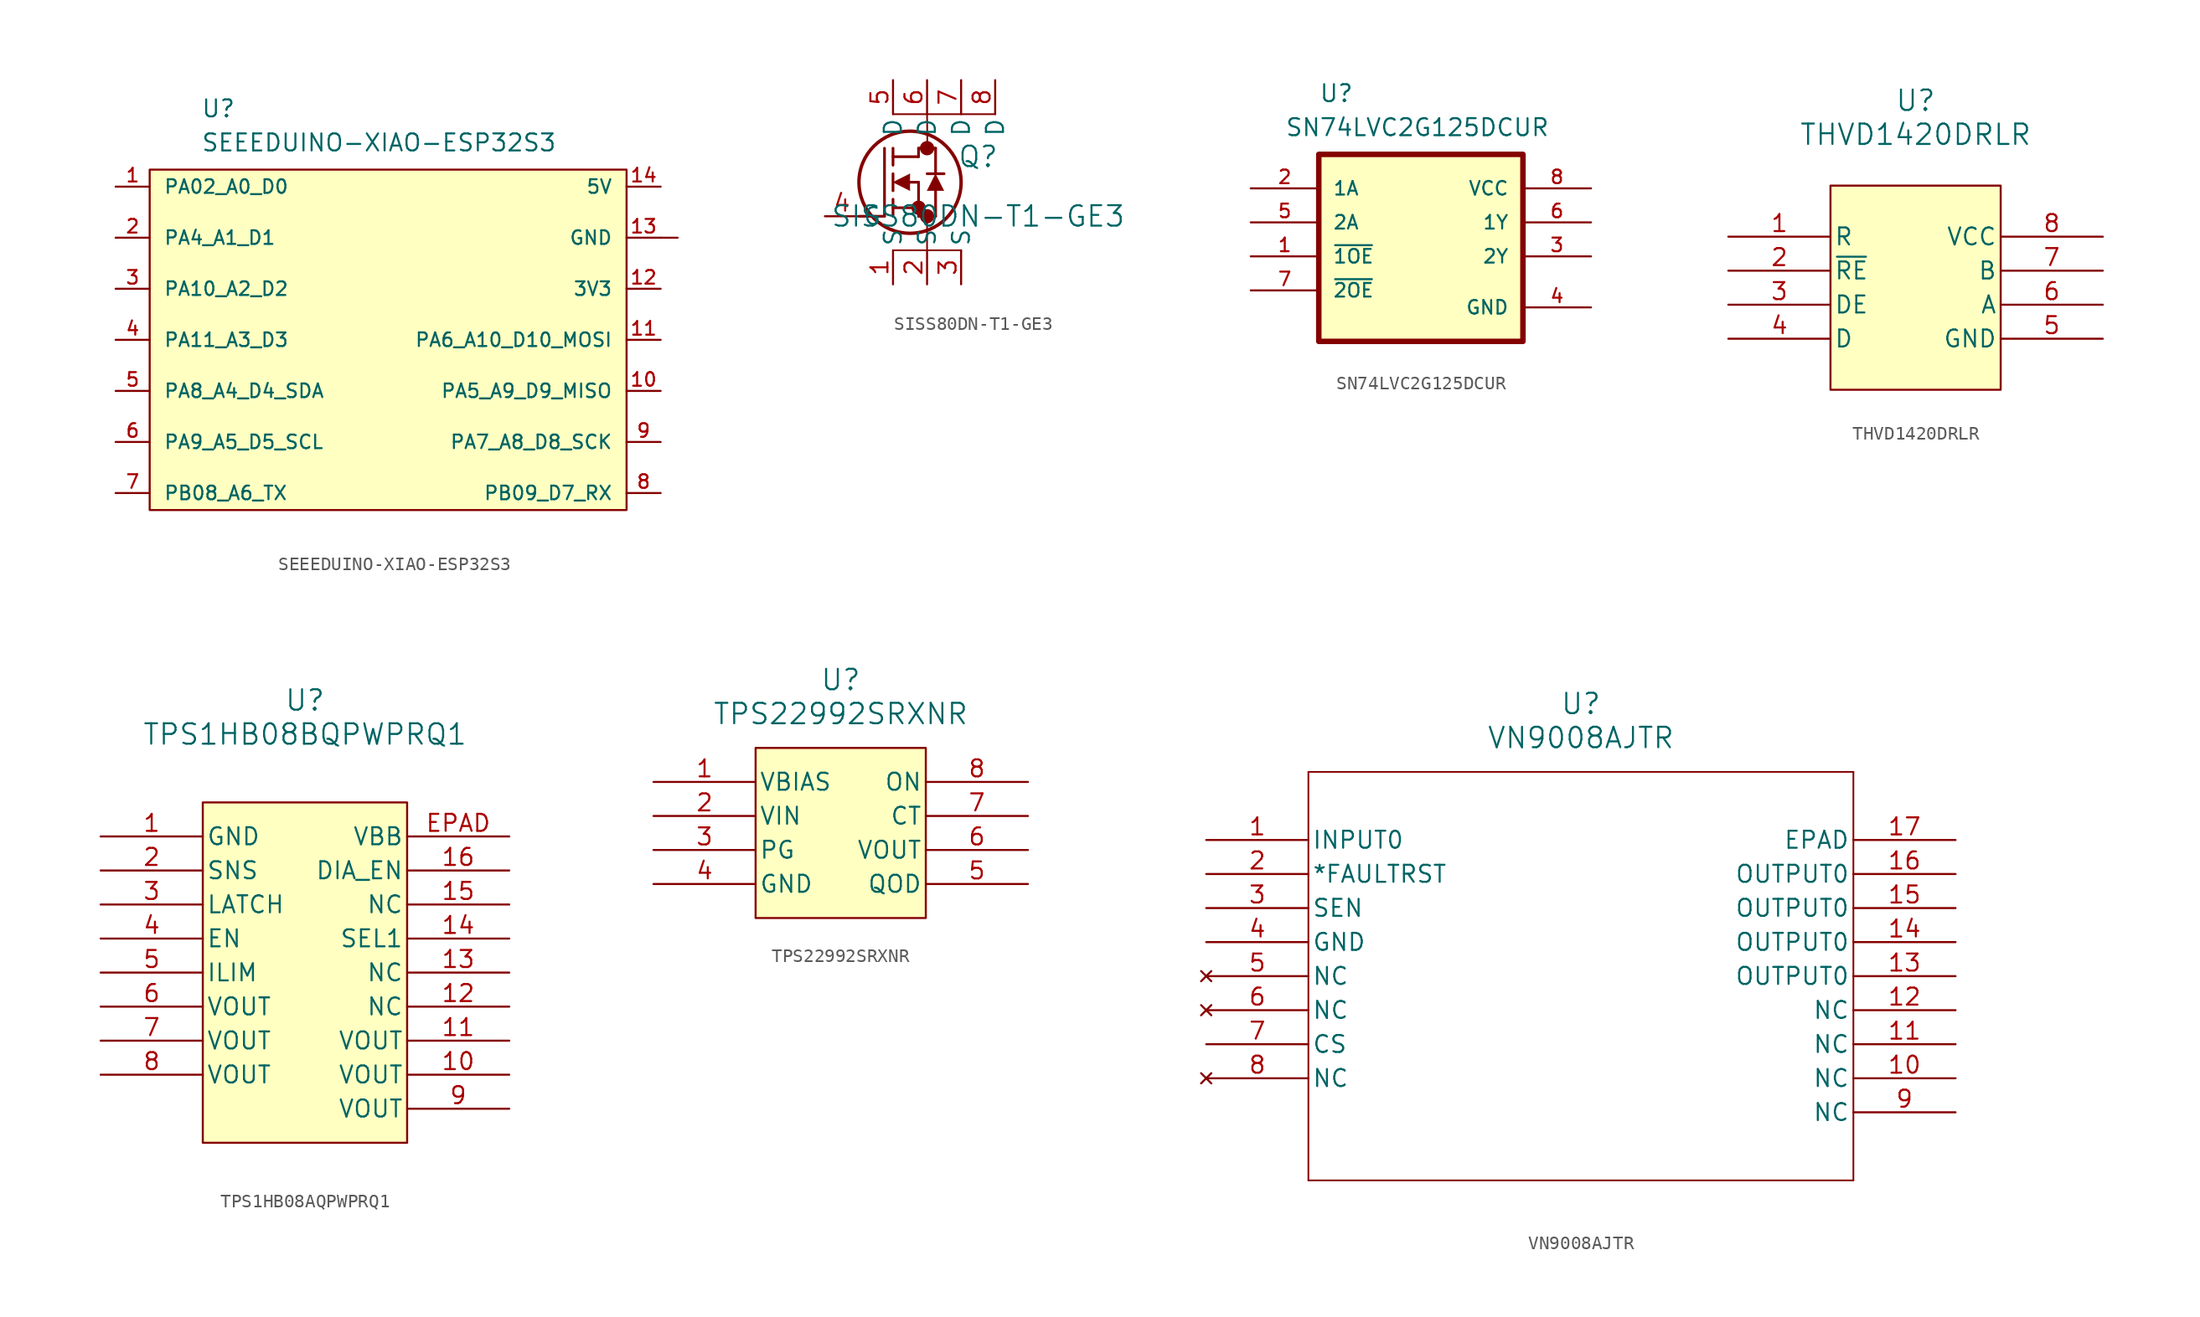
<source format=kicad_sym>
(kicad_symbol_lib
  (version 20220914)
  (generator kicad_symbol_editor)
  (symbol "SEEEDUINO-XIAO-ESP32S3"
    (pin_names
      (offset 1.016))
    (property "Reference" "U"
      (at -13.97 16.51 0)
      (effects (font (size 1.27 1.27)) (justify left bottom)))
    (property "Value" "SEEEDUINO-XIAO-ESP32S3"
      (at -13.97 13.97 0)
      (effects (font (size 1.27 1.27)) (justify left bottom)))
    (symbol "SEEEDUINO-XIAO-ESP32S3_0_0"
      (polyline (pts (xy 21.59 7.62) (xy 20.32 7.62)) (stroke (width 0.152) (type default)) (fill (type none)))
      (pin bidirectional line (at -20.32 11.43 0) (length 2.54) (name "PA02_A0_D0" (effects (font (size 1.016 1.016)))) (number "1" (effects (font (size 1.016 1.016)))))
      (pin bidirectional line (at 20.32 -3.81 180) (length 2.54) (name "PA5_A9_D9_MISO" (effects (font (size 1.016 1.016)))) (number "10" (effects (font (size 1.016 1.016)))))
      (pin bidirectional line (at 20.32 0 180) (length 2.54) (name "PA6_A10_D10_MOSI" (effects (font (size 1.016 1.016)))) (number "11" (effects (font (size 1.016 1.016)))))
      (pin bidirectional line (at 20.32 3.81 180) (length 2.54) (name "3V3" (effects (font (size 1.016 1.016)))) (number "12" (effects (font (size 1.016 1.016)))))
      (pin bidirectional line (at 20.32 7.62 180) (length 2.54) (name "GND" (effects (font (size 1.016 1.016)))) (number "13" (effects (font (size 1.016 1.016)))))
      (pin bidirectional line (at 20.32 11.43 180) (length 2.54) (name "5V" (effects (font (size 1.016 1.016)))) (number "14" (effects (font (size 1.016 1.016)))))
      (pin bidirectional line (at -20.32 7.62 0) (length 2.54) (name "PA4_A1_D1" (effects (font (size 1.016 1.016)))) (number "2" (effects (font (size 1.016 1.016)))))
      (pin bidirectional line (at -20.32 3.81 0) (length 2.54) (name "PA10_A2_D2" (effects (font (size 1.016 1.016)))) (number "3" (effects (font (size 1.016 1.016)))))
      (pin bidirectional line (at -20.32 0 0) (length 2.54) (name "PA11_A3_D3" (effects (font (size 1.016 1.016)))) (number "4" (effects (font (size 1.016 1.016)))))
      (pin bidirectional line (at -20.32 -3.81 0) (length 2.54) (name "PA8_A4_D4_SDA" (effects (font (size 1.016 1.016)))) (number "5" (effects (font (size 1.016 1.016)))))
      (pin bidirectional line (at -20.32 -7.62 0) (length 2.54) (name "PA9_A5_D5_SCL" (effects (font (size 1.016 1.016)))) (number "6" (effects (font (size 1.016 1.016)))))
      (pin bidirectional line (at -20.32 -11.43 0) (length 2.54) (name "PB08_A6_TX" (effects (font (size 1.016 1.016)))) (number "7" (effects (font (size 1.016 1.016)))))
      (pin bidirectional line (at 20.32 -11.43 180) (length 2.54) (name "PB09_D7_RX" (effects (font (size 1.016 1.016)))) (number "8" (effects (font (size 1.016 1.016)))))
      (pin bidirectional line (at 20.32 -7.62 180) (length 2.54) (name "PA7_A8_D8_SCK" (effects (font (size 1.016 1.016)))) (number "9" (effects (font (size 1.016 1.016))))))
    (symbol "SEEEDUINO-XIAO-ESP32S3_1_1"
      (rectangle (start -17.78 12.7) (end 17.78 -12.7) (stroke (width 0) (type default)) (fill (type background)))))
  (symbol "SISS80DN-T1-GE3"
    (pin_names
      (offset 0.254))
    (property "Reference" "Q"
      (at 11.43 4.445 0)
      (effects (font (size 1.524 1.524))))
    (property "Value" "SISS80DN-T1-GE3"
      (at 11.43 0 0)
      (effects (font (size 1.524 1.524))))
    (symbol "SISS80DN-T1-GE3_0_1"
      (polyline (pts (xy 2.54 0) (xy 4.445 0)) (stroke (width 0.203) (type default)) (fill (type none)))
      (polyline (pts (xy 4.445 0) (xy 4.445 5.08)) (stroke (width 0.203) (type default)) (fill (type none)))
      (polyline (pts (xy 5.08 -2.54) (xy 10.16 -2.54)) (stroke (width 0.127) (type default)) (fill (type none)))
      (polyline (pts (xy 5.08 0) (xy 5.08 1.27)) (stroke (width 0.203) (type default)) (fill (type none)))
      (polyline (pts (xy 5.08 0.635) (xy 6.985 0.635)) (stroke (width 0.203) (type default)) (fill (type none)))
      (polyline (pts (xy 5.08 1.905) (xy 5.08 3.175)) (stroke (width 0.203) (type default)) (fill (type none)))
      (polyline (pts (xy 5.08 3.81) (xy 5.08 5.08)) (stroke (width 0.203) (type default)) (fill (type none)))
      (polyline (pts (xy 5.08 4.445) (xy 6.985 4.445)) (stroke (width 0.203) (type default)) (fill (type none)))
      (polyline (pts (xy 5.08 7.62) (xy 12.7 7.62)) (stroke (width 0.127) (type default)) (fill (type none)))
      (polyline (pts (xy 6.35 2.54) (xy 6.985 2.54)) (stroke (width 0.203) (type default)) (fill (type none)))
      (polyline (pts (xy 6.985 0) (xy 6.985 2.54)) (stroke (width 0.203) (type default)) (fill (type none)))
      (polyline (pts (xy 6.985 0) (xy 8.255 0)) (stroke (width 0.203) (type default)) (fill (type none)))
      (polyline (pts (xy 6.985 4.445) (xy 6.985 5.08)) (stroke (width 0.203) (type default)) (fill (type none)))
      (polyline (pts (xy 6.985 5.08) (xy 8.255 5.08)) (stroke (width 0.203) (type default)) (fill (type none)))
      (polyline (pts (xy 7.62 -2.54) (xy 7.62 0)) (stroke (width 0.127) (type default)) (fill (type none)))
      (polyline (pts (xy 7.62 7.62) (xy 7.645 5.08)) (stroke (width 0.127) (type default)) (fill (type none)))
      (polyline (pts (xy 8.255 0) (xy 8.255 1.905)) (stroke (width 0.203) (type default)) (fill (type none)))
      (polyline (pts (xy 8.255 3.175) (xy 8.255 5.08)) (stroke (width 0.203) (type default)) (fill (type none)))
      (polyline (pts (xy 8.89 3.175) (xy 7.62 3.175)) (stroke (width 0.203) (type default)) (fill (type none)))
      (polyline (pts (xy 6.35 3.175) (xy 5.08 2.54) (xy 6.35 1.905)) (stroke (width 0.025) (type default)) (fill (type outline)))
      (polyline (pts (xy 8.89 1.905) (xy 7.62 1.905) (xy 8.255 3.175)) (stroke (width 0.025) (type default)) (fill (type outline)))
      (circle (center 6.35 2.54) (radius 3.81) (stroke (width 0.254) (type default)) (fill (type none)))
      (circle (center 6.985 0.635) (radius 0.025) (stroke (width 0.508) (type default)) (fill (type none)))
      (circle (center 7.62 0) (radius 0.025) (stroke (width 0.508) (type default)) (fill (type none)))
      (circle (center 7.62 5.08) (radius 0.025) (stroke (width 0.508) (type default)) (fill (type none)))
      (pin unspecified line (at 5.08 -5.08 90) (length 2.54) (name "S" (effects (font (size 1.27 1.27)))) (number "1" (effects (font (size 1.27 1.27)))))
      (pin unspecified line (at 7.62 -5.08 90) (length 2.54) (name "S" (effects (font (size 1.27 1.27)))) (number "2" (effects (font (size 1.27 1.27)))))
      (pin unspecified line (at 10.16 -5.08 90) (length 2.54) (name "S" (effects (font (size 1.27 1.27)))) (number "3" (effects (font (size 1.27 1.27)))))
      (pin unspecified line (at 0 0 0) (length 2.54) (name "G" (effects (font (size 1.27 1.27)))) (number "4" (effects (font (size 1.27 1.27)))))
      (pin unspecified line (at 5.08 10.16 270) (length 2.54) (name "D" (effects (font (size 1.27 1.27)))) (number "5" (effects (font (size 1.27 1.27)))))
      (pin unspecified line (at 7.62 10.16 270) (length 2.54) (name "D" (effects (font (size 1.27 1.27)))) (number "6" (effects (font (size 1.27 1.27)))))
      (pin unspecified line (at 10.16 10.16 270) (length 2.54) (name "D" (effects (font (size 1.27 1.27)))) (number "7" (effects (font (size 1.27 1.27)))))
      (pin unspecified line (at 12.7 10.16 270) (length 2.54) (name "D" (effects (font (size 1.27 1.27)))) (number "8" (effects (font (size 1.27 1.27)))))))
  (symbol "SN74LVC2G125DCUR"
    (pin_names
      (offset 1.016))
    (property "Reference" "U"
      (at -7.62 11.43 0)
      (effects (font (size 1.27 1.27)) (justify left bottom)))
    (property "Value" "SN74LVC2G125DCUR"
      (at -10.16 8.89 0)
      (effects (font (size 1.27 1.27)) (justify left bottom)))
    (symbol "SN74LVC2G125DCUR_0_0"
      (rectangle (start -7.62 7.62) (end 7.62 -6.35) (stroke (width 0.41) (type default)) (fill (type background)))
      (pin input line (at -12.7 0 0) (length 5.08) (name "~{1OE}" (effects (font (size 1.016 1.016)))) (number "1" (effects (font (size 1.016 1.016)))))
      (pin input line (at -12.7 5.08 0) (length 5.08) (name "1A" (effects (font (size 1.016 1.016)))) (number "2" (effects (font (size 1.016 1.016)))))
      (pin output line (at 12.7 0 180) (length 5.08) (name "2Y" (effects (font (size 1.016 1.016)))) (number "3" (effects (font (size 1.016 1.016)))))
      (pin power_in line (at 12.7 -3.81 180) (length 5.08) (name "GND" (effects (font (size 1.016 1.016)))) (number "4" (effects (font (size 1.016 1.016)))))
      (pin input line (at -12.7 2.54 0) (length 5.08) (name "2A" (effects (font (size 1.016 1.016)))) (number "5" (effects (font (size 1.016 1.016)))))
      (pin output line (at 12.7 2.54 180) (length 5.08) (name "1Y" (effects (font (size 1.016 1.016)))) (number "6" (effects (font (size 1.016 1.016)))))
      (pin input line (at -12.7 -2.54 0) (length 5.08) (name "~{2OE}" (effects (font (size 1.016 1.016)))) (number "7" (effects (font (size 1.016 1.016)))))
      (pin power_in line (at 12.7 5.08 180) (length 5.08) (name "VCC" (effects (font (size 1.016 1.016)))) (number "8" (effects (font (size 1.016 1.016)))))))
  (symbol "THVD1420DRLR"
    (pin_names
      (offset 0.254))
    (property "Reference" "U"
      (at 0 13.97 0)
      (effects (font (size 1.524 1.524))))
    (property "Value" "THVD1420DRLR"
      (at 0 11.43 0)
      (effects (font (size 1.524 1.524))))
    (symbol "THVD1420DRLR_0_1"
      (pin output line (at -13.97 3.81 0) (length 7.62) (name "R" (effects (font (size 1.27 1.27)))) (number "1" (effects (font (size 1.27 1.27)))))
      (pin input line (at -13.97 -1.27 0) (length 7.62) (name "DE" (effects (font (size 1.27 1.27)))) (number "3" (effects (font (size 1.27 1.27)))))
      (pin input line (at -13.97 -3.81 0) (length 7.62) (name "D" (effects (font (size 1.27 1.27)))) (number "4" (effects (font (size 1.27 1.27)))))
      (pin power_out line (at 13.97 -3.81 180) (length 7.62) (name "GND" (effects (font (size 1.27 1.27)))) (number "5" (effects (font (size 1.27 1.27)))))
      (pin bidirectional line (at 13.97 -1.27 180) (length 7.62) (name "A" (effects (font (size 1.27 1.27)))) (number "6" (effects (font (size 1.27 1.27)))))
      (pin bidirectional line (at 13.97 1.27 180) (length 7.62) (name "B" (effects (font (size 1.27 1.27)))) (number "7" (effects (font (size 1.27 1.27)))))
      (pin power_in line (at 13.97 3.81 180) (length 7.62) (name "VCC" (effects (font (size 1.27 1.27)))) (number "8" (effects (font (size 1.27 1.27))))))
    (symbol "THVD1420DRLR_1_1"
      (rectangle (start -6.35 7.62) (end 6.35 -7.62) (stroke (width 0) (type default)) (fill (type background)))
      (pin input line (at -13.97 1.27 0) (length 7.62) (name "~{RE}" (effects (font (size 1.27 1.27)))) (number "2" (effects (font (size 1.27 1.27)))))))
  (symbol "TPS1HB08AQPWPRQ1"
    (pin_names
      (offset 0.254))
    (property "Reference" "U"
      (at 0 20.32 0)
      (effects (font (size 1.524 1.524))))
    (property "Value" "TPS1HB08BQPWPRQ1"
      (at 0 17.78 0)
      (effects (font (size 1.524 1.524))))
    (symbol "TPS1HB08AQPWPRQ1_1_1"
      (rectangle (start -7.62 12.7) (end 7.62 -12.7) (stroke (width 0) (type default)) (fill (type background)))
      (pin unspecified line (at -15.24 10.16 0) (length 7.62) (name "GND" (effects (font (size 1.27 1.27)))) (number "1" (effects (font (size 1.27 1.27)))))
      (pin unspecified line (at 15.24 -7.62 180) (length 7.62) (name "VOUT" (effects (font (size 1.27 1.27)))) (number "10" (effects (font (size 1.27 1.27)))))
      (pin unspecified line (at 15.24 -5.08 180) (length 7.62) (name "VOUT" (effects (font (size 1.27 1.27)))) (number "11" (effects (font (size 1.27 1.27)))))
      (pin unspecified line (at 15.24 -2.54 180) (length 7.62) (name "NC" (effects (font (size 1.27 1.27)))) (number "12" (effects (font (size 1.27 1.27)))))
      (pin unspecified line (at 15.24 0 180) (length 7.62) (name "NC" (effects (font (size 1.27 1.27)))) (number "13" (effects (font (size 1.27 1.27)))))
      (pin unspecified line (at 15.24 2.54 180) (length 7.62) (name "SEL1" (effects (font (size 1.27 1.27)))) (number "14" (effects (font (size 1.27 1.27)))))
      (pin unspecified line (at 15.24 5.08 180) (length 7.62) (name "NC" (effects (font (size 1.27 1.27)))) (number "15" (effects (font (size 1.27 1.27)))))
      (pin unspecified line (at 15.24 7.62 180) (length 7.62) (name "DIA_EN" (effects (font (size 1.27 1.27)))) (number "16" (effects (font (size 1.27 1.27)))))
      (pin unspecified line (at -15.24 7.62 0) (length 7.62) (name "SNS" (effects (font (size 1.27 1.27)))) (number "2" (effects (font (size 1.27 1.27)))))
      (pin unspecified line (at -15.24 5.08 0) (length 7.62) (name "LATCH" (effects (font (size 1.27 1.27)))) (number "3" (effects (font (size 1.27 1.27)))))
      (pin unspecified line (at -15.24 2.54 0) (length 7.62) (name "EN" (effects (font (size 1.27 1.27)))) (number "4" (effects (font (size 1.27 1.27)))))
      (pin unspecified line (at -15.24 0 0) (length 7.62) (name "ILIM" (effects (font (size 1.27 1.27)))) (number "5" (effects (font (size 1.27 1.27)))))
      (pin unspecified line (at -15.24 -2.54 0) (length 7.62) (name "VOUT" (effects (font (size 1.27 1.27)))) (number "6" (effects (font (size 1.27 1.27)))))
      (pin unspecified line (at -15.24 -5.08 0) (length 7.62) (name "VOUT" (effects (font (size 1.27 1.27)))) (number "7" (effects (font (size 1.27 1.27)))))
      (pin unspecified line (at -15.24 -7.62 0) (length 7.62) (name "VOUT" (effects (font (size 1.27 1.27)))) (number "8" (effects (font (size 1.27 1.27)))))
      (pin unspecified line (at 15.24 -10.16 180) (length 7.62) (name "VOUT" (effects (font (size 1.27 1.27)))) (number "9" (effects (font (size 1.27 1.27)))))
      (pin unspecified line (at 15.24 10.16 180) (length 7.62) (name "VBB" (effects (font (size 1.27 1.27)))) (number "EPAD" (effects (font (size 1.27 1.27)))))))
  (symbol "TPS22992SRXNR"
    (pin_names
      (offset 0.254))
    (property "Reference" "U"
      (at 0 11.43 0)
      (effects (font (size 1.524 1.524))))
    (property "Value" "TPS22992SRXNR"
      (at 0 8.89 0)
      (effects (font (size 1.524 1.524))))
    (symbol "TPS22992SRXNR_0_1"
      (pin input line (at -13.97 3.81 0) (length 7.62) (name "VBIAS" (effects (font (size 1.27 1.27)))) (number "1" (effects (font (size 1.27 1.27)))))
      (pin input line (at -13.97 1.27 0) (length 7.62) (name "VIN" (effects (font (size 1.27 1.27)))) (number "2" (effects (font (size 1.27 1.27)))))
      (pin output line (at -13.97 -1.27 0) (length 7.62) (name "PG" (effects (font (size 1.27 1.27)))) (number "3" (effects (font (size 1.27 1.27)))))
      (pin power_out line (at -13.97 -3.81 0) (length 7.62) (name "GND" (effects (font (size 1.27 1.27)))) (number "4" (effects (font (size 1.27 1.27)))))
      (pin unspecified line (at 13.97 -3.81 180) (length 7.62) (name "QOD" (effects (font (size 1.27 1.27)))) (number "5" (effects (font (size 1.27 1.27)))))
      (pin output line (at 13.97 -1.27 180) (length 7.62) (name "VOUT" (effects (font (size 1.27 1.27)))) (number "6" (effects (font (size 1.27 1.27)))))
      (pin output line (at 13.97 1.27 180) (length 7.62) (name "CT" (effects (font (size 1.27 1.27)))) (number "7" (effects (font (size 1.27 1.27)))))
      (pin input line (at 13.97 3.81 180) (length 7.62) (name "ON" (effects (font (size 1.27 1.27)))) (number "8" (effects (font (size 1.27 1.27))))))
    (symbol "TPS22992SRXNR_1_1"
      (rectangle (start -6.35 6.35) (end 6.35 -6.35) (stroke (width 0) (type default)) (fill (type background)))))
  (symbol "VN9008AJTR"
    (pin_names
      (offset 0.254))
    (property "Reference" "U"
      (at 0 20.32 0)
      (effects (font (size 1.524 1.524))))
    (property "Value" "VN9008AJTR"
      (at 0 17.78 0)
      (effects (font (size 1.524 1.524))))
    (symbol "VN9008AJTR_0_1"
      (polyline (pts (xy -20.32 -15.24) (xy 20.32 -15.24)) (stroke (width 0.127) (type default)) (fill (type none)))
      (polyline (pts (xy -20.32 15.24) (xy -20.32 -15.24)) (stroke (width 0.127) (type default)) (fill (type none)))
      (polyline (pts (xy 20.32 -15.24) (xy 20.32 15.24)) (stroke (width 0.127) (type default)) (fill (type none)))
      (polyline (pts (xy 20.32 15.24) (xy -20.32 15.24)) (stroke (width 0.127) (type default)) (fill (type none)))
      (pin input line (at -27.94 10.16 0) (length 7.62) (name "INPUT0" (effects (font (size 1.27 1.27)))) (number "1" (effects (font (size 1.27 1.27)))))
      (pin output line (at 27.94 -7.62 180) (length 7.62) (name "NC" (effects (font (size 1.27 1.27)))) (number "10" (effects (font (size 1.27 1.27)))))
      (pin output line (at 27.94 -5.08 180) (length 7.62) (name "NC" (effects (font (size 1.27 1.27)))) (number "11" (effects (font (size 1.27 1.27)))))
      (pin output line (at 27.94 -2.54 180) (length 7.62) (name "NC" (effects (font (size 1.27 1.27)))) (number "12" (effects (font (size 1.27 1.27)))))
      (pin output line (at 27.94 0 180) (length 7.62) (name "OUTPUT0" (effects (font (size 1.27 1.27)))) (number "13" (effects (font (size 1.27 1.27)))))
      (pin output line (at 27.94 2.54 180) (length 7.62) (name "OUTPUT0" (effects (font (size 1.27 1.27)))) (number "14" (effects (font (size 1.27 1.27)))))
      (pin output line (at 27.94 5.08 180) (length 7.62) (name "OUTPUT0" (effects (font (size 1.27 1.27)))) (number "15" (effects (font (size 1.27 1.27)))))
      (pin output line (at 27.94 7.62 180) (length 7.62) (name "OUTPUT0" (effects (font (size 1.27 1.27)))) (number "16" (effects (font (size 1.27 1.27)))))
      (pin power_out line (at 27.94 10.16 180) (length 7.62) (name "EPAD" (effects (font (size 1.27 1.27)))) (number "17" (effects (font (size 1.27 1.27)))))
      (pin output line (at -27.94 7.62 0) (length 7.62) (name "*FAULTRST" (effects (font (size 1.27 1.27)))) (number "2" (effects (font (size 1.27 1.27)))))
      (pin output line (at -27.94 5.08 0) (length 7.62) (name "SEN" (effects (font (size 1.27 1.27)))) (number "3" (effects (font (size 1.27 1.27)))))
      (pin power_out line (at -27.94 2.54 0) (length 7.62) (name "GND" (effects (font (size 1.27 1.27)))) (number "4" (effects (font (size 1.27 1.27)))))
      (pin no_connect line (at -27.94 0 0) (length 7.62) (name "NC" (effects (font (size 1.27 1.27)))) (number "5" (effects (font (size 1.27 1.27)))))
      (pin no_connect line (at -27.94 -2.54 0) (length 7.62) (name "NC" (effects (font (size 1.27 1.27)))) (number "6" (effects (font (size 1.27 1.27)))))
      (pin output line (at -27.94 -5.08 0) (length 7.62) (name "CS" (effects (font (size 1.27 1.27)))) (number "7" (effects (font (size 1.27 1.27)))))
      (pin no_connect line (at -27.94 -7.62 0) (length 7.62) (name "NC" (effects (font (size 1.27 1.27)))) (number "8" (effects (font (size 1.27 1.27)))))
      (pin output line (at 27.94 -10.16 180) (length 7.62) (name "NC" (effects (font (size 1.27 1.27)))) (number "9" (effects (font (size 1.27 1.27))))))))
</source>
